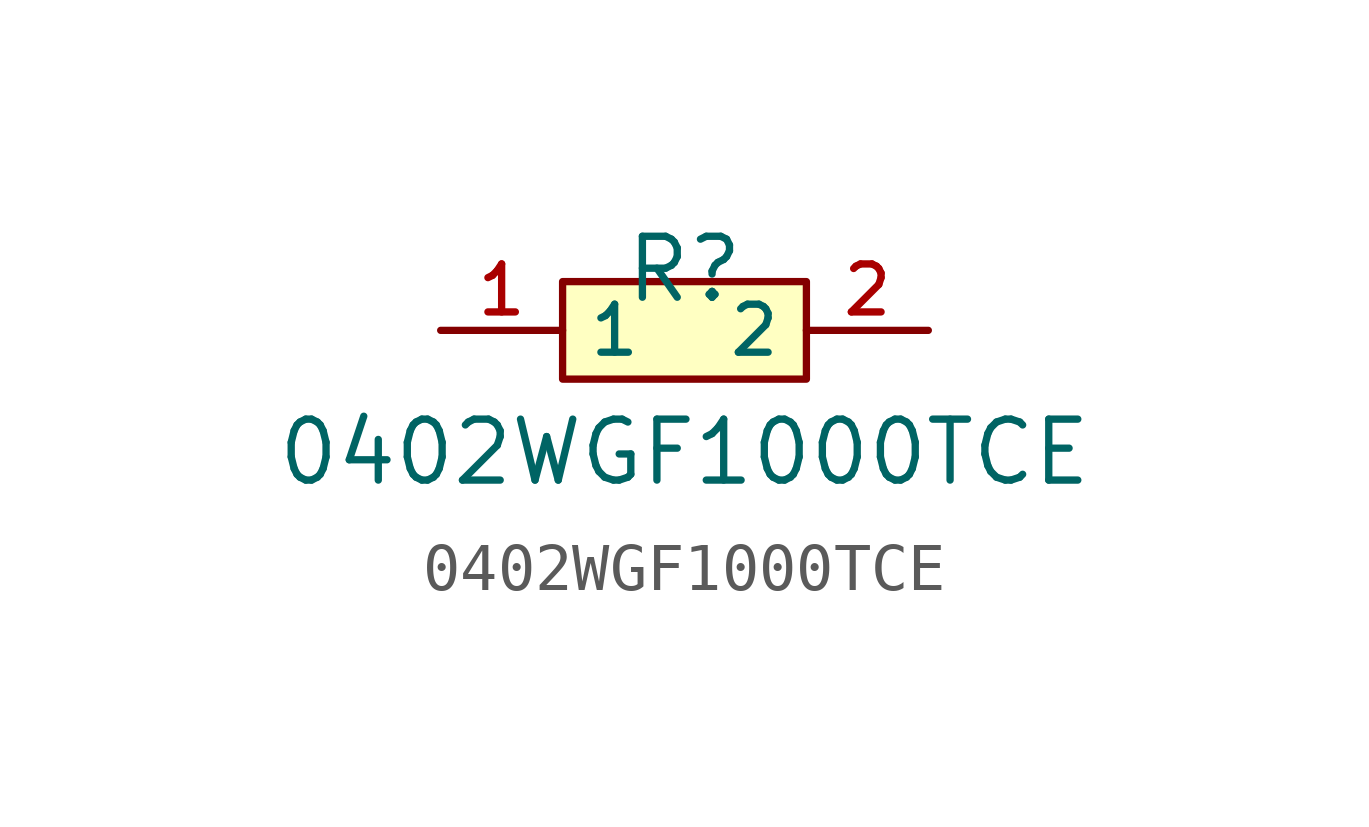
<source format=kicad_sym>
(kicad_symbol_lib
  (version 20210201)
  (generator TousstNicolas/JLC2KiCad_lib)
  (symbol "0402WGF1000TCE"
    (property "Reference" "R"
      (at 0 1.27 0)
      (effects (font (size 1.27 1.27))))
    (property "Value" "0402WGF1000TCE"
      (at 0 -2.54 0)
      (effects (font (size 1.27 1.27))))
    (symbol "0402WGF1000TCE_0_1"
      (pin input line (at 5.08 -0.0 180) (length 2.54) (name "2" (effects (font (size 1 1)))) (number "2" (effects (font (size 1 1)))))
      (pin input line (at -5.08 -0.0 0) (length 2.54) (name "1" (effects (font (size 1 1)))) (number "1" (effects (font (size 1 1)))))
      (rectangle (start -2.54 1.016) (end 2.54 -1.016) (stroke (width 0) (type default) (color 0 0 0 0)) (fill (type background))))))
</source>
